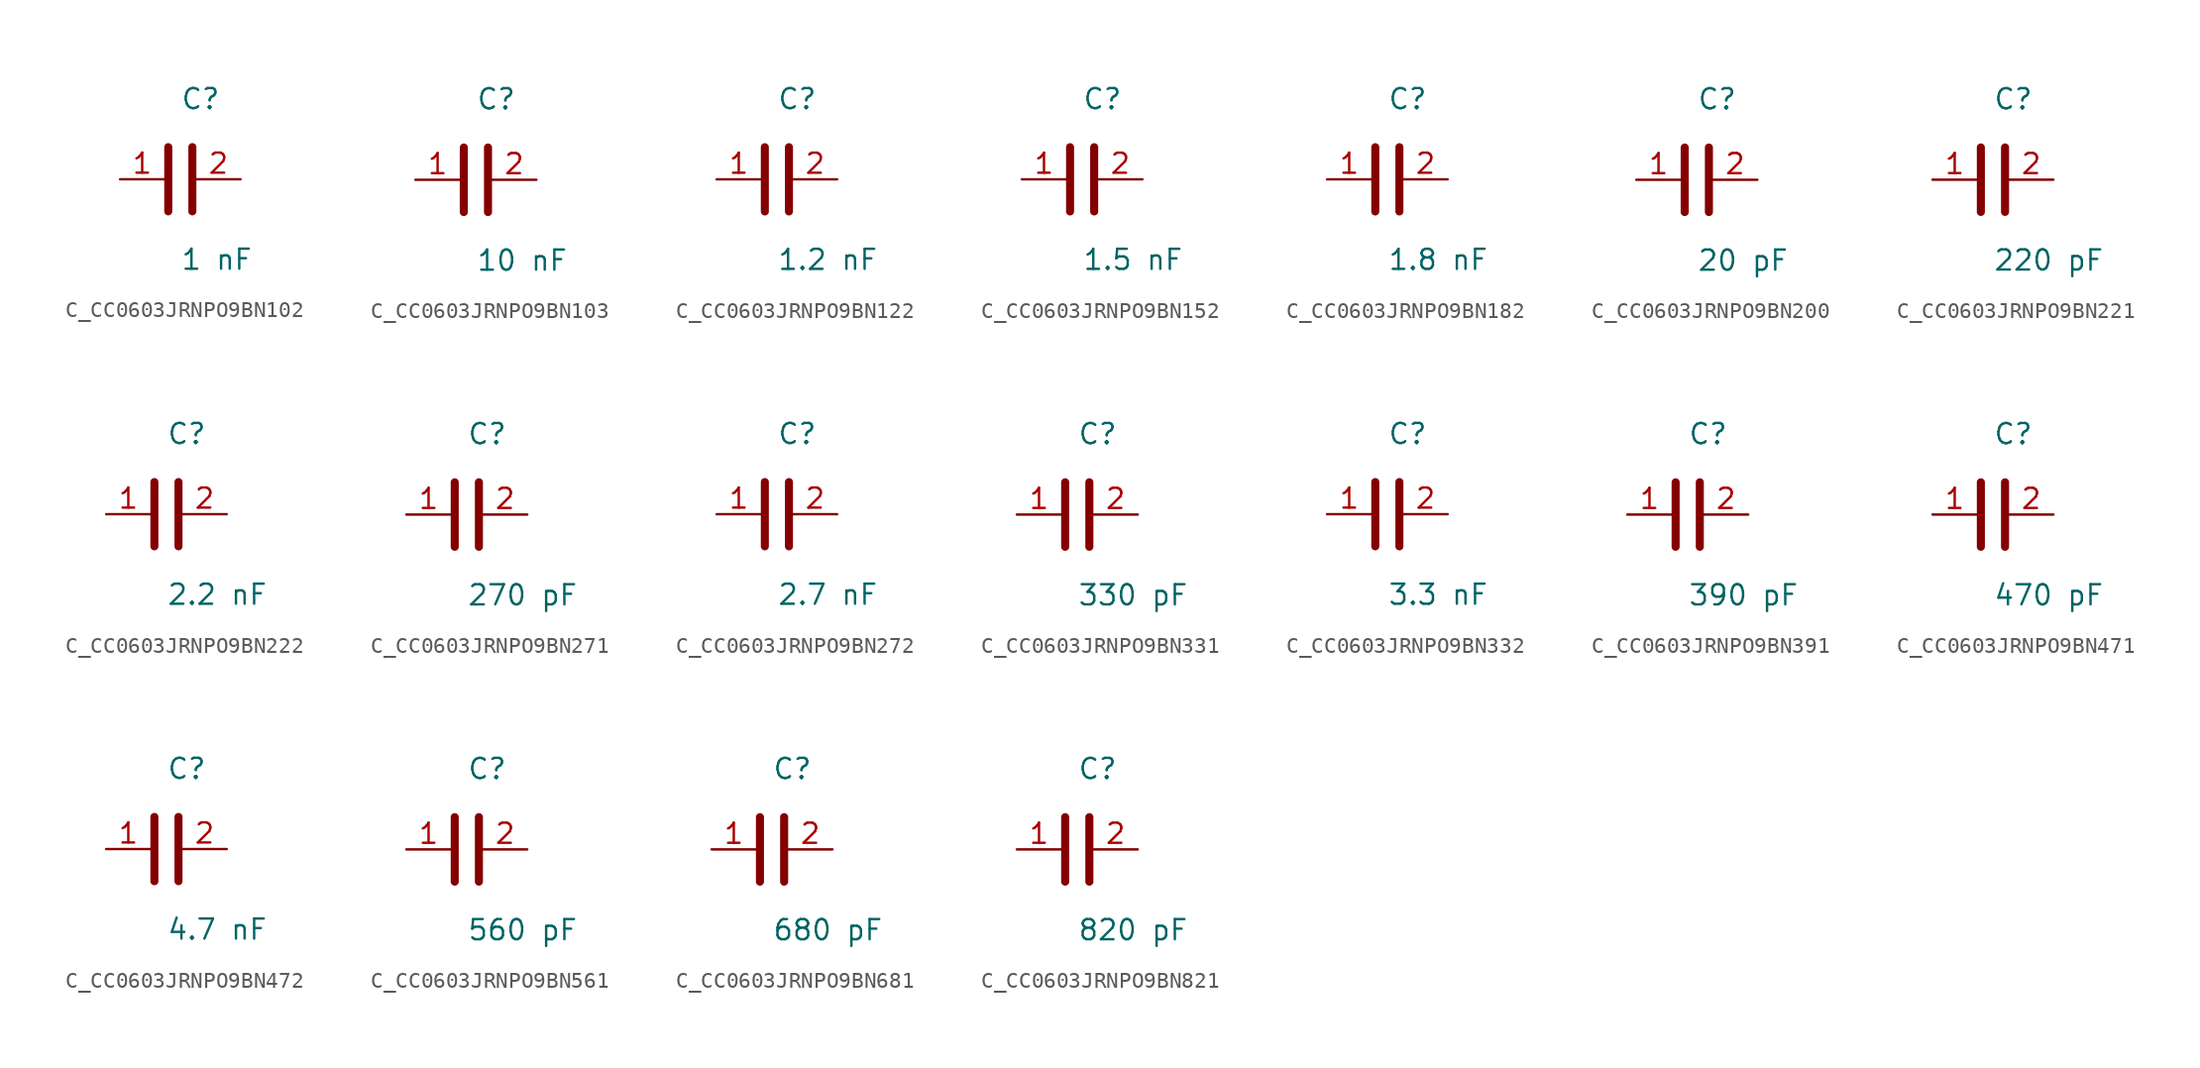
<source format=kicad_sym>
(kicad_symbol_lib
  (version 20231120)
  (generator kicad_symbol_editor)
  (generator_version 8.0)
  (symbol "C_CC0603JRNPO9BN102"
    (pin_names
      (offset 0.254))
    (property "Reference" "C"
      (at 0 5.08 0)
      (effects (font (size 1.27 1.27)) (justify left)))
    (property "Value" "1 nF"
      (at 0 -5.08 0)
      (effects (font (size 1.27 1.27)) (justify left)))
    (symbol "C_CC0603JRNPO9BN102_0_1"
      (polyline (pts (xy -0.762 -2.032) (xy -0.762 2.032)) (stroke (width 0.508) (type default)) (fill (type none)))
      (polyline (pts (xy 0.762 -2.032) (xy 0.762 2.032)) (stroke (width 0.508) (type default)) (fill (type none))))
    (pin passive line
      (at -3.81 0 0)
      (length 2.8)
      (name "" (effects (font (size 1.27 1.27))))
      (number "1" (effects (font (size 1.27 1.27)))))
    (pin passive line
      (at 3.81 0 180)
      (length 2.8)
      (name "" (effects (font (size 1.27 1.27))))
      (number "2" (effects (font (size 1.27 1.27))))))
  (symbol "C_CC0603JRNPO9BN103"
    (pin_names
      (offset 0.254))
    (property "Reference" "C"
      (at 0 5.08 0)
      (effects (font (size 1.27 1.27)) (justify left)))
    (property "Value" "10 nF"
      (at 0 -5.08 0)
      (effects (font (size 1.27 1.27)) (justify left)))
    (symbol "C_CC0603JRNPO9BN103_0_1"
      (polyline (pts (xy -0.762 -2.032) (xy -0.762 2.032)) (stroke (width 0.508) (type default)) (fill (type none)))
      (polyline (pts (xy 0.762 -2.032) (xy 0.762 2.032)) (stroke (width 0.508) (type default)) (fill (type none))))
    (pin passive line
      (at -3.81 0 0)
      (length 2.8)
      (name "" (effects (font (size 1.27 1.27))))
      (number "1" (effects (font (size 1.27 1.27)))))
    (pin passive line
      (at 3.81 0 180)
      (length 2.8)
      (name "" (effects (font (size 1.27 1.27))))
      (number "2" (effects (font (size 1.27 1.27))))))
  (symbol "C_CC0603JRNPO9BN122"
    (pin_names
      (offset 0.254))
    (property "Reference" "C"
      (at 0 5.08 0)
      (effects (font (size 1.27 1.27)) (justify left)))
    (property "Value" "1.2 nF"
      (at 0 -5.08 0)
      (effects (font (size 1.27 1.27)) (justify left)))
    (symbol "C_CC0603JRNPO9BN122_0_1"
      (polyline (pts (xy -0.762 -2.032) (xy -0.762 2.032)) (stroke (width 0.508) (type default)) (fill (type none)))
      (polyline (pts (xy 0.762 -2.032) (xy 0.762 2.032)) (stroke (width 0.508) (type default)) (fill (type none))))
    (pin passive line
      (at -3.81 0 0)
      (length 2.8)
      (name "" (effects (font (size 1.27 1.27))))
      (number "1" (effects (font (size 1.27 1.27)))))
    (pin passive line
      (at 3.81 0 180)
      (length 2.8)
      (name "" (effects (font (size 1.27 1.27))))
      (number "2" (effects (font (size 1.27 1.27))))))
  (symbol "C_CC0603JRNPO9BN152"
    (pin_names
      (offset 0.254))
    (property "Reference" "C"
      (at 0 5.08 0)
      (effects (font (size 1.27 1.27)) (justify left)))
    (property "Value" "1.5 nF"
      (at 0 -5.08 0)
      (effects (font (size 1.27 1.27)) (justify left)))
    (symbol "C_CC0603JRNPO9BN152_0_1"
      (polyline (pts (xy -0.762 -2.032) (xy -0.762 2.032)) (stroke (width 0.508) (type default)) (fill (type none)))
      (polyline (pts (xy 0.762 -2.032) (xy 0.762 2.032)) (stroke (width 0.508) (type default)) (fill (type none))))
    (pin passive line
      (at -3.81 0 0)
      (length 2.8)
      (name "" (effects (font (size 1.27 1.27))))
      (number "1" (effects (font (size 1.27 1.27)))))
    (pin passive line
      (at 3.81 0 180)
      (length 2.8)
      (name "" (effects (font (size 1.27 1.27))))
      (number "2" (effects (font (size 1.27 1.27))))))
  (symbol "C_CC0603JRNPO9BN182"
    (pin_names
      (offset 0.254))
    (property "Reference" "C"
      (at 0 5.08 0)
      (effects (font (size 1.27 1.27)) (justify left)))
    (property "Value" "1.8 nF"
      (at 0 -5.08 0)
      (effects (font (size 1.27 1.27)) (justify left)))
    (symbol "C_CC0603JRNPO9BN182_0_1"
      (polyline (pts (xy -0.762 -2.032) (xy -0.762 2.032)) (stroke (width 0.508) (type default)) (fill (type none)))
      (polyline (pts (xy 0.762 -2.032) (xy 0.762 2.032)) (stroke (width 0.508) (type default)) (fill (type none))))
    (pin passive line
      (at -3.81 0 0)
      (length 2.8)
      (name "" (effects (font (size 1.27 1.27))))
      (number "1" (effects (font (size 1.27 1.27)))))
    (pin passive line
      (at 3.81 0 180)
      (length 2.8)
      (name "" (effects (font (size 1.27 1.27))))
      (number "2" (effects (font (size 1.27 1.27))))))
  (symbol "C_CC0603JRNPO9BN200"
    (pin_names
      (offset 0.254))
    (property "Reference" "C"
      (at 0 5.08 0)
      (effects (font (size 1.27 1.27)) (justify left)))
    (property "Value" "20 pF"
      (at 0 -5.08 0)
      (effects (font (size 1.27 1.27)) (justify left)))
    (symbol "C_CC0603JRNPO9BN200_0_1"
      (polyline (pts (xy -0.762 -2.032) (xy -0.762 2.032)) (stroke (width 0.508) (type default)) (fill (type none)))
      (polyline (pts (xy 0.762 -2.032) (xy 0.762 2.032)) (stroke (width 0.508) (type default)) (fill (type none))))
    (pin passive line
      (at -3.81 0 0)
      (length 2.8)
      (name "" (effects (font (size 1.27 1.27))))
      (number "1" (effects (font (size 1.27 1.27)))))
    (pin passive line
      (at 3.81 0 180)
      (length 2.8)
      (name "" (effects (font (size 1.27 1.27))))
      (number "2" (effects (font (size 1.27 1.27))))))
  (symbol "C_CC0603JRNPO9BN221"
    (pin_names
      (offset 0.254))
    (property "Reference" "C"
      (at 0 5.08 0)
      (effects (font (size 1.27 1.27)) (justify left)))
    (property "Value" "220 pF"
      (at 0 -5.08 0)
      (effects (font (size 1.27 1.27)) (justify left)))
    (symbol "C_CC0603JRNPO9BN221_0_1"
      (polyline (pts (xy -0.762 -2.032) (xy -0.762 2.032)) (stroke (width 0.508) (type default)) (fill (type none)))
      (polyline (pts (xy 0.762 -2.032) (xy 0.762 2.032)) (stroke (width 0.508) (type default)) (fill (type none))))
    (pin passive line
      (at -3.81 0 0)
      (length 2.8)
      (name "" (effects (font (size 1.27 1.27))))
      (number "1" (effects (font (size 1.27 1.27)))))
    (pin passive line
      (at 3.81 0 180)
      (length 2.8)
      (name "" (effects (font (size 1.27 1.27))))
      (number "2" (effects (font (size 1.27 1.27))))))
  (symbol "C_CC0603JRNPO9BN222"
    (pin_names
      (offset 0.254))
    (property "Reference" "C"
      (at 0 5.08 0)
      (effects (font (size 1.27 1.27)) (justify left)))
    (property "Value" "2.2 nF"
      (at 0 -5.08 0)
      (effects (font (size 1.27 1.27)) (justify left)))
    (symbol "C_CC0603JRNPO9BN222_0_1"
      (polyline (pts (xy -0.762 -2.032) (xy -0.762 2.032)) (stroke (width 0.508) (type default)) (fill (type none)))
      (polyline (pts (xy 0.762 -2.032) (xy 0.762 2.032)) (stroke (width 0.508) (type default)) (fill (type none))))
    (pin passive line
      (at -3.81 0 0)
      (length 2.8)
      (name "" (effects (font (size 1.27 1.27))))
      (number "1" (effects (font (size 1.27 1.27)))))
    (pin passive line
      (at 3.81 0 180)
      (length 2.8)
      (name "" (effects (font (size 1.27 1.27))))
      (number "2" (effects (font (size 1.27 1.27))))))
  (symbol "C_CC0603JRNPO9BN271"
    (pin_names
      (offset 0.254))
    (property "Reference" "C"
      (at 0 5.08 0)
      (effects (font (size 1.27 1.27)) (justify left)))
    (property "Value" "270 pF"
      (at 0 -5.08 0)
      (effects (font (size 1.27 1.27)) (justify left)))
    (symbol "C_CC0603JRNPO9BN271_0_1"
      (polyline (pts (xy -0.762 -2.032) (xy -0.762 2.032)) (stroke (width 0.508) (type default)) (fill (type none)))
      (polyline (pts (xy 0.762 -2.032) (xy 0.762 2.032)) (stroke (width 0.508) (type default)) (fill (type none))))
    (pin passive line
      (at -3.81 0 0)
      (length 2.8)
      (name "" (effects (font (size 1.27 1.27))))
      (number "1" (effects (font (size 1.27 1.27)))))
    (pin passive line
      (at 3.81 0 180)
      (length 2.8)
      (name "" (effects (font (size 1.27 1.27))))
      (number "2" (effects (font (size 1.27 1.27))))))
  (symbol "C_CC0603JRNPO9BN272"
    (pin_names
      (offset 0.254))
    (property "Reference" "C"
      (at 0 5.08 0)
      (effects (font (size 1.27 1.27)) (justify left)))
    (property "Value" "2.7 nF"
      (at 0 -5.08 0)
      (effects (font (size 1.27 1.27)) (justify left)))
    (symbol "C_CC0603JRNPO9BN272_0_1"
      (polyline (pts (xy -0.762 -2.032) (xy -0.762 2.032)) (stroke (width 0.508) (type default)) (fill (type none)))
      (polyline (pts (xy 0.762 -2.032) (xy 0.762 2.032)) (stroke (width 0.508) (type default)) (fill (type none))))
    (pin passive line
      (at -3.81 0 0)
      (length 2.8)
      (name "" (effects (font (size 1.27 1.27))))
      (number "1" (effects (font (size 1.27 1.27)))))
    (pin passive line
      (at 3.81 0 180)
      (length 2.8)
      (name "" (effects (font (size 1.27 1.27))))
      (number "2" (effects (font (size 1.27 1.27))))))
  (symbol "C_CC0603JRNPO9BN331"
    (pin_names
      (offset 0.254))
    (property "Reference" "C"
      (at 0 5.08 0)
      (effects (font (size 1.27 1.27)) (justify left)))
    (property "Value" "330 pF"
      (at 0 -5.08 0)
      (effects (font (size 1.27 1.27)) (justify left)))
    (symbol "C_CC0603JRNPO9BN331_0_1"
      (polyline (pts (xy -0.762 -2.032) (xy -0.762 2.032)) (stroke (width 0.508) (type default)) (fill (type none)))
      (polyline (pts (xy 0.762 -2.032) (xy 0.762 2.032)) (stroke (width 0.508) (type default)) (fill (type none))))
    (pin passive line
      (at -3.81 0 0)
      (length 2.8)
      (name "" (effects (font (size 1.27 1.27))))
      (number "1" (effects (font (size 1.27 1.27)))))
    (pin passive line
      (at 3.81 0 180)
      (length 2.8)
      (name "" (effects (font (size 1.27 1.27))))
      (number "2" (effects (font (size 1.27 1.27))))))
  (symbol "C_CC0603JRNPO9BN332"
    (pin_names
      (offset 0.254))
    (property "Reference" "C"
      (at 0 5.08 0)
      (effects (font (size 1.27 1.27)) (justify left)))
    (property "Value" "3.3 nF"
      (at 0 -5.08 0)
      (effects (font (size 1.27 1.27)) (justify left)))
    (symbol "C_CC0603JRNPO9BN332_0_1"
      (polyline (pts (xy -0.762 -2.032) (xy -0.762 2.032)) (stroke (width 0.508) (type default)) (fill (type none)))
      (polyline (pts (xy 0.762 -2.032) (xy 0.762 2.032)) (stroke (width 0.508) (type default)) (fill (type none))))
    (pin passive line
      (at -3.81 0 0)
      (length 2.8)
      (name "" (effects (font (size 1.27 1.27))))
      (number "1" (effects (font (size 1.27 1.27)))))
    (pin passive line
      (at 3.81 0 180)
      (length 2.8)
      (name "" (effects (font (size 1.27 1.27))))
      (number "2" (effects (font (size 1.27 1.27))))))
  (symbol "C_CC0603JRNPO9BN391"
    (pin_names
      (offset 0.254))
    (property "Reference" "C"
      (at 0 5.08 0)
      (effects (font (size 1.27 1.27)) (justify left)))
    (property "Value" "390 pF"
      (at 0 -5.08 0)
      (effects (font (size 1.27 1.27)) (justify left)))
    (symbol "C_CC0603JRNPO9BN391_0_1"
      (polyline (pts (xy -0.762 -2.032) (xy -0.762 2.032)) (stroke (width 0.508) (type default)) (fill (type none)))
      (polyline (pts (xy 0.762 -2.032) (xy 0.762 2.032)) (stroke (width 0.508) (type default)) (fill (type none))))
    (pin passive line
      (at -3.81 0 0)
      (length 2.8)
      (name "" (effects (font (size 1.27 1.27))))
      (number "1" (effects (font (size 1.27 1.27)))))
    (pin passive line
      (at 3.81 0 180)
      (length 2.8)
      (name "" (effects (font (size 1.27 1.27))))
      (number "2" (effects (font (size 1.27 1.27))))))
  (symbol "C_CC0603JRNPO9BN471"
    (pin_names
      (offset 0.254))
    (property "Reference" "C"
      (at 0 5.08 0)
      (effects (font (size 1.27 1.27)) (justify left)))
    (property "Value" "470 pF"
      (at 0 -5.08 0)
      (effects (font (size 1.27 1.27)) (justify left)))
    (symbol "C_CC0603JRNPO9BN471_0_1"
      (polyline (pts (xy -0.762 -2.032) (xy -0.762 2.032)) (stroke (width 0.508) (type default)) (fill (type none)))
      (polyline (pts (xy 0.762 -2.032) (xy 0.762 2.032)) (stroke (width 0.508) (type default)) (fill (type none))))
    (pin passive line
      (at -3.81 0 0)
      (length 2.8)
      (name "" (effects (font (size 1.27 1.27))))
      (number "1" (effects (font (size 1.27 1.27)))))
    (pin passive line
      (at 3.81 0 180)
      (length 2.8)
      (name "" (effects (font (size 1.27 1.27))))
      (number "2" (effects (font (size 1.27 1.27))))))
  (symbol "C_CC0603JRNPO9BN472"
    (pin_names
      (offset 0.254))
    (property "Reference" "C"
      (at 0 5.08 0)
      (effects (font (size 1.27 1.27)) (justify left)))
    (property "Value" "4.7 nF"
      (at 0 -5.08 0)
      (effects (font (size 1.27 1.27)) (justify left)))
    (symbol "C_CC0603JRNPO9BN472_0_1"
      (polyline (pts (xy -0.762 -2.032) (xy -0.762 2.032)) (stroke (width 0.508) (type default)) (fill (type none)))
      (polyline (pts (xy 0.762 -2.032) (xy 0.762 2.032)) (stroke (width 0.508) (type default)) (fill (type none))))
    (pin passive line
      (at -3.81 0 0)
      (length 2.8)
      (name "" (effects (font (size 1.27 1.27))))
      (number "1" (effects (font (size 1.27 1.27)))))
    (pin passive line
      (at 3.81 0 180)
      (length 2.8)
      (name "" (effects (font (size 1.27 1.27))))
      (number "2" (effects (font (size 1.27 1.27))))))
  (symbol "C_CC0603JRNPO9BN561"
    (pin_names
      (offset 0.254))
    (property "Reference" "C"
      (at 0 5.08 0)
      (effects (font (size 1.27 1.27)) (justify left)))
    (property "Value" "560 pF"
      (at 0 -5.08 0)
      (effects (font (size 1.27 1.27)) (justify left)))
    (symbol "C_CC0603JRNPO9BN561_0_1"
      (polyline (pts (xy -0.762 -2.032) (xy -0.762 2.032)) (stroke (width 0.508) (type default)) (fill (type none)))
      (polyline (pts (xy 0.762 -2.032) (xy 0.762 2.032)) (stroke (width 0.508) (type default)) (fill (type none))))
    (pin passive line
      (at -3.81 0 0)
      (length 2.8)
      (name "" (effects (font (size 1.27 1.27))))
      (number "1" (effects (font (size 1.27 1.27)))))
    (pin passive line
      (at 3.81 0 180)
      (length 2.8)
      (name "" (effects (font (size 1.27 1.27))))
      (number "2" (effects (font (size 1.27 1.27))))))
  (symbol "C_CC0603JRNPO9BN681"
    (pin_names
      (offset 0.254))
    (property "Reference" "C"
      (at 0 5.08 0)
      (effects (font (size 1.27 1.27)) (justify left)))
    (property "Value" "680 pF"
      (at 0 -5.08 0)
      (effects (font (size 1.27 1.27)) (justify left)))
    (symbol "C_CC0603JRNPO9BN681_0_1"
      (polyline (pts (xy -0.762 -2.032) (xy -0.762 2.032)) (stroke (width 0.508) (type default)) (fill (type none)))
      (polyline (pts (xy 0.762 -2.032) (xy 0.762 2.032)) (stroke (width 0.508) (type default)) (fill (type none))))
    (pin passive line
      (at -3.81 0 0)
      (length 2.8)
      (name "" (effects (font (size 1.27 1.27))))
      (number "1" (effects (font (size 1.27 1.27)))))
    (pin passive line
      (at 3.81 0 180)
      (length 2.8)
      (name "" (effects (font (size 1.27 1.27))))
      (number "2" (effects (font (size 1.27 1.27))))))
  (symbol "C_CC0603JRNPO9BN821"
    (pin_names
      (offset 0.254))
    (property "Reference" "C"
      (at 0 5.08 0)
      (effects (font (size 1.27 1.27)) (justify left)))
    (property "Value" "820 pF"
      (at 0 -5.08 0)
      (effects (font (size 1.27 1.27)) (justify left)))
    (symbol "C_CC0603JRNPO9BN821_0_1"
      (polyline (pts (xy -0.762 -2.032) (xy -0.762 2.032)) (stroke (width 0.508) (type default)) (fill (type none)))
      (polyline (pts (xy 0.762 -2.032) (xy 0.762 2.032)) (stroke (width 0.508) (type default)) (fill (type none))))
    (pin passive line
      (at -3.81 0 0)
      (length 2.8)
      (name "" (effects (font (size 1.27 1.27))))
      (number "1" (effects (font (size 1.27 1.27)))))
    (pin passive line
      (at 3.81 0 180)
      (length 2.8)
      (name "" (effects (font (size 1.27 1.27))))
      (number "2" (effects (font (size 1.27 1.27)))))))
</source>
